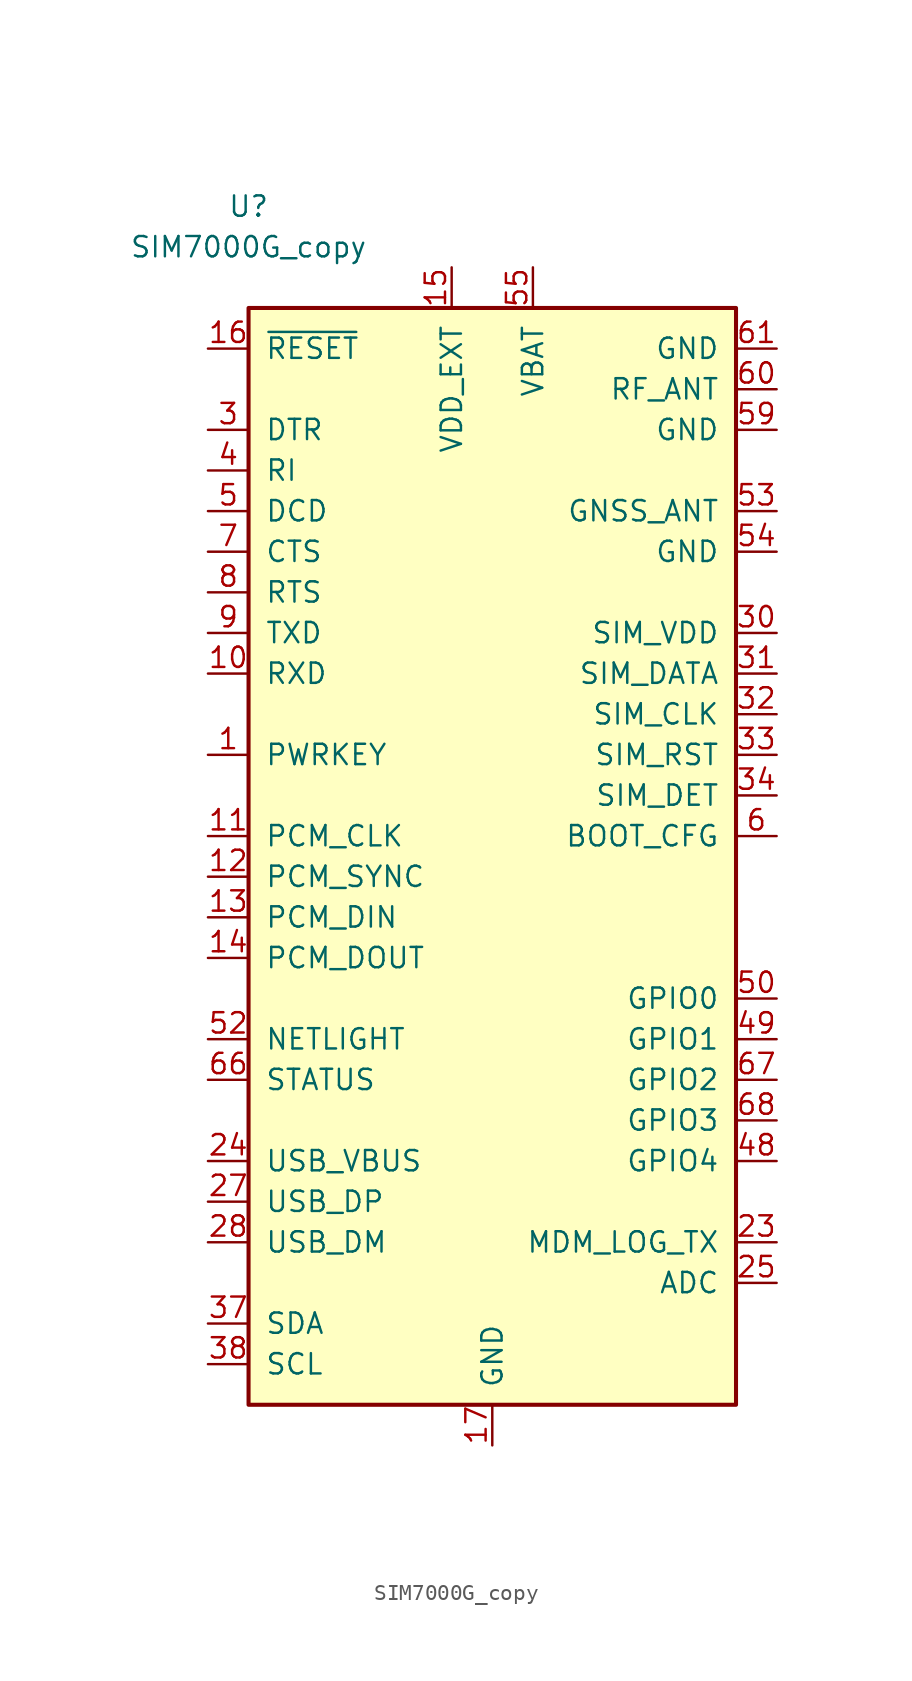
<source format=kicad_sym>
(kicad_symbol_lib
  (version 20201005)
  (generator kicad_symbol_editor)
  (symbol "SIM7000G_copy"
    (pin_names
      (offset 1.016))
    (property "Reference" "U"
      (at -15.24 44.45 0)
      (effects (font (size 1.27 1.27))))
    (property "Value" "SIM7000G_copy"
      (at -15.24 41.91 0)
      (effects (font (size 1.27 1.27))))
    (symbol "SIM7000G_copy_1_1"
      (rectangle (start -15.24 38.1) (end 15.24 -30.48) (stroke (width 0.254)) (fill (type background)))
      (pin input line (at -17.78 10.16 0) (length 2.54) (name "PWRKEY" (effects (font (size 1.27 1.27)))) (number "1" (effects (font (size 1.27 1.27)))))
      (pin input line (at -17.78 15.24 0) (length 2.54) (name "RXD" (effects (font (size 1.27 1.27)))) (number "10" (effects (font (size 1.27 1.27)))))
      (pin output line (at -17.78 5.08 0) (length 2.54) (name "PCM_CLK" (effects (font (size 1.27 1.27)))) (number "11" (effects (font (size 1.27 1.27)))))
      (pin output line (at -17.78 2.54 0) (length 2.54) (name "PCM_SYNC" (effects (font (size 1.27 1.27)))) (number "12" (effects (font (size 1.27 1.27)))))
      (pin input line (at -17.78 0 0) (length 2.54) (name "PCM_DIN" (effects (font (size 1.27 1.27)))) (number "13" (effects (font (size 1.27 1.27)))))
      (pin output line (at -17.78 -2.54 0) (length 2.54) (name "PCM_DOUT" (effects (font (size 1.27 1.27)))) (number "14" (effects (font (size 1.27 1.27)))))
      (pin power_out line (at -2.54 40.64 270) (length 2.54) (name "VDD_EXT" (effects (font (size 1.27 1.27)))) (number "15" (effects (font (size 1.27 1.27)))))
      (pin input line (at -17.78 35.56 0) (length 2.54) (name "~RESET~" (effects (font (size 1.27 1.27)))) (number "16" (effects (font (size 1.27 1.27)))))
      (pin power_in line (at 0 -33.02 90) (length 2.54) (name "GND" (effects (font (size 1.27 1.27)))) (number "17" (effects (font (size 1.27 1.27)))))
      (pin passive line (at 0 -33.02 90) (length 2.54) hide (name "GND" (effects (font (size 1.27 1.27)))) (number "18" (effects (font (size 1.27 1.27)))))
      (pin no_connect line (at 17.78 0 180) (length 2.54) hide (name "NC" (effects (font (size 1.27 1.27)))) (number "19" (effects (font (size 1.27 1.27)))))
      (pin power_in line (at 0 -33.02 90) (length 2.54) hide (name "GND" (effects (font (size 1.27 1.27)))) (number "2" (effects (font (size 1.27 1.27)))))
      (pin no_connect line (at 17.78 0 180) (length 2.54) hide (name "NC" (effects (font (size 1.27 1.27)))) (number "20" (effects (font (size 1.27 1.27)))))
      (pin no_connect line (at 17.78 0 180) (length 2.54) hide (name "NC" (effects (font (size 1.27 1.27)))) (number "21" (effects (font (size 1.27 1.27)))))
      (pin no_connect line (at 17.78 0 180) (length 2.54) hide (name "NC" (effects (font (size 1.27 1.27)))) (number "22" (effects (font (size 1.27 1.27)))))
      (pin output line (at 17.78 -20.32 180) (length 2.54) (name "MDM_LOG_TX" (effects (font (size 1.27 1.27)))) (number "23" (effects (font (size 1.27 1.27)))))
      (pin power_in line (at -17.78 -15.24 0) (length 2.54) (name "USB_VBUS" (effects (font (size 1.27 1.27)))) (number "24" (effects (font (size 1.27 1.27)))))
      (pin input line (at 17.78 -22.86 180) (length 2.54) (name "ADC" (effects (font (size 1.27 1.27)))) (number "25" (effects (font (size 1.27 1.27)))))
      (pin no_connect line (at 17.78 0 180) (length 2.54) hide (name "NC" (effects (font (size 1.27 1.27)))) (number "26" (effects (font (size 1.27 1.27)))))
      (pin bidirectional line (at -17.78 -17.78 0) (length 2.54) (name "USB_DP" (effects (font (size 1.27 1.27)))) (number "27" (effects (font (size 1.27 1.27)))))
      (pin bidirectional line (at -17.78 -20.32 0) (length 2.54) (name "USB_DM" (effects (font (size 1.27 1.27)))) (number "28" (effects (font (size 1.27 1.27)))))
      (pin passive line (at 0 -33.02 90) (length 2.54) hide (name "GND" (effects (font (size 1.27 1.27)))) (number "29" (effects (font (size 1.27 1.27)))))
      (pin input line (at -17.78 30.48 0) (length 2.54) (name "DTR" (effects (font (size 1.27 1.27)))) (number "3" (effects (font (size 1.27 1.27)))))
      (pin power_out line (at 17.78 17.78 180) (length 2.54) (name "SIM_VDD" (effects (font (size 1.27 1.27)))) (number "30" (effects (font (size 1.27 1.27)))))
      (pin bidirectional line (at 17.78 15.24 180) (length 2.54) (name "SIM_DATA" (effects (font (size 1.27 1.27)))) (number "31" (effects (font (size 1.27 1.27)))))
      (pin output line (at 17.78 12.7 180) (length 2.54) (name "SIM_CLK" (effects (font (size 1.27 1.27)))) (number "32" (effects (font (size 1.27 1.27)))))
      (pin output line (at 17.78 10.16 180) (length 2.54) (name "SIM_RST" (effects (font (size 1.27 1.27)))) (number "33" (effects (font (size 1.27 1.27)))))
      (pin input line (at 17.78 7.62 180) (length 2.54) (name "SIM_DET" (effects (font (size 1.27 1.27)))) (number "34" (effects (font (size 1.27 1.27)))))
      (pin no_connect line (at 17.78 0 180) (length 2.54) hide (name "NC" (effects (font (size 1.27 1.27)))) (number "35" (effects (font (size 1.27 1.27)))))
      (pin no_connect line (at 17.78 0 180) (length 2.54) hide (name "NC" (effects (font (size 1.27 1.27)))) (number "36" (effects (font (size 1.27 1.27)))))
      (pin bidirectional line (at -17.78 -25.4 0) (length 2.54) (name "SDA" (effects (font (size 1.27 1.27)))) (number "37" (effects (font (size 1.27 1.27)))))
      (pin output line (at -17.78 -27.94 0) (length 2.54) (name "SCL" (effects (font (size 1.27 1.27)))) (number "38" (effects (font (size 1.27 1.27)))))
      (pin passive line (at 0 -33.02 90) (length 2.54) hide (name "GND" (effects (font (size 1.27 1.27)))) (number "39" (effects (font (size 1.27 1.27)))))
      (pin output line (at -17.78 27.94 0) (length 2.54) (name "RI" (effects (font (size 1.27 1.27)))) (number "4" (effects (font (size 1.27 1.27)))))
      (pin no_connect line (at 17.78 0 180) (length 2.54) hide (name "NC" (effects (font (size 1.27 1.27)))) (number "40" (effects (font (size 1.27 1.27)))))
      (pin no_connect line (at 17.78 0 180) (length 2.54) hide (name "NC" (effects (font (size 1.27 1.27)))) (number "41" (effects (font (size 1.27 1.27)))))
      (pin no_connect line (at 17.78 0 180) (length 2.54) hide (name "NC" (effects (font (size 1.27 1.27)))) (number "42" (effects (font (size 1.27 1.27)))))
      (pin no_connect line (at 17.78 0 180) (length 2.54) hide (name "NC" (effects (font (size 1.27 1.27)))) (number "43" (effects (font (size 1.27 1.27)))))
      (pin no_connect line (at 17.78 0 180) (length 2.54) hide (name "NC" (effects (font (size 1.27 1.27)))) (number "44" (effects (font (size 1.27 1.27)))))
      (pin passive line (at 0 -33.02 90) (length 2.54) hide (name "GND" (effects (font (size 1.27 1.27)))) (number "45" (effects (font (size 1.27 1.27)))))
      (pin passive line (at 0 -33.02 90) (length 2.54) hide (name "GND" (effects (font (size 1.27 1.27)))) (number "46" (effects (font (size 1.27 1.27)))))
      (pin no_connect line (at 17.78 0 180) (length 2.54) hide (name "NC" (effects (font (size 1.27 1.27)))) (number "47" (effects (font (size 1.27 1.27)))))
      (pin bidirectional line (at 17.78 -15.24 180) (length 2.54) (name "GPIO4" (effects (font (size 1.27 1.27)))) (number "48" (effects (font (size 1.27 1.27)))))
      (pin bidirectional line (at 17.78 -7.62 180) (length 2.54) (name "GPIO1" (effects (font (size 1.27 1.27)))) (number "49" (effects (font (size 1.27 1.27)))))
      (pin output line (at -17.78 25.4 0) (length 2.54) (name "DCD" (effects (font (size 1.27 1.27)))) (number "5" (effects (font (size 1.27 1.27)))))
      (pin bidirectional line (at 17.78 -5.08 180) (length 2.54) (name "GPIO0" (effects (font (size 1.27 1.27)))) (number "50" (effects (font (size 1.27 1.27)))))
      (pin no_connect line (at 17.78 0 180) (length 2.54) hide (name "NC" (effects (font (size 1.27 1.27)))) (number "51" (effects (font (size 1.27 1.27)))))
      (pin output line (at -17.78 -7.62 0) (length 2.54) (name "NETLIGHT" (effects (font (size 1.27 1.27)))) (number "52" (effects (font (size 1.27 1.27)))))
      (pin bidirectional line (at 17.78 25.4 180) (length 2.54) (name "GNSS_ANT" (effects (font (size 1.27 1.27)))) (number "53" (effects (font (size 1.27 1.27)))))
      (pin passive line (at 17.78 22.86 180) (length 2.54) (name "GND" (effects (font (size 1.27 1.27)))) (number "54" (effects (font (size 1.27 1.27)))))
      (pin power_in line (at 2.54 40.64 270) (length 2.54) (name "VBAT" (effects (font (size 1.27 1.27)))) (number "55" (effects (font (size 1.27 1.27)))))
      (pin passive line (at 2.54 40.64 270) (length 2.54) hide (name "VBAT" (effects (font (size 1.27 1.27)))) (number "56" (effects (font (size 1.27 1.27)))))
      (pin passive line (at 2.54 40.64 270) (length 2.54) hide (name "VBAT" (effects (font (size 1.27 1.27)))) (number "57" (effects (font (size 1.27 1.27)))))
      (pin passive line (at 0 -33.02 90) (length 2.54) hide (name "GND" (effects (font (size 1.27 1.27)))) (number "58" (effects (font (size 1.27 1.27)))))
      (pin passive line (at 17.78 30.48 180) (length 2.54) (name "GND" (effects (font (size 1.27 1.27)))) (number "59" (effects (font (size 1.27 1.27)))))
      (pin input line (at 17.78 5.08 180) (length 2.54) (name "BOOT_CFG" (effects (font (size 1.27 1.27)))) (number "6" (effects (font (size 1.27 1.27)))))
      (pin passive line (at 17.78 33.02 180) (length 2.54) (name "RF_ANT" (effects (font (size 1.27 1.27)))) (number "60" (effects (font (size 1.27 1.27)))))
      (pin passive line (at 17.78 35.56 180) (length 2.54) (name "GND" (effects (font (size 1.27 1.27)))) (number "61" (effects (font (size 1.27 1.27)))))
      (pin passive line (at 0 -33.02 90) (length 2.54) hide (name "GND" (effects (font (size 1.27 1.27)))) (number "62" (effects (font (size 1.27 1.27)))))
      (pin passive line (at 0 -33.02 90) (length 2.54) hide (name "GND" (effects (font (size 1.27 1.27)))) (number "63" (effects (font (size 1.27 1.27)))))
      (pin passive line (at 0 -33.02 90) (length 2.54) hide (name "GND" (effects (font (size 1.27 1.27)))) (number "64" (effects (font (size 1.27 1.27)))))
      (pin passive line (at 0 -33.02 90) (length 2.54) hide (name "GND" (effects (font (size 1.27 1.27)))) (number "65" (effects (font (size 1.27 1.27)))))
      (pin output line (at -17.78 -10.16 0) (length 2.54) (name "STATUS" (effects (font (size 1.27 1.27)))) (number "66" (effects (font (size 1.27 1.27)))))
      (pin bidirectional line (at 17.78 -10.16 180) (length 2.54) (name "GPIO2" (effects (font (size 1.27 1.27)))) (number "67" (effects (font (size 1.27 1.27)))))
      (pin bidirectional line (at 17.78 -12.7 180) (length 2.54) (name "GPIO3" (effects (font (size 1.27 1.27)))) (number "68" (effects (font (size 1.27 1.27)))))
      (pin output line (at -17.78 22.86 0) (length 2.54) (name "CTS" (effects (font (size 1.27 1.27)))) (number "7" (effects (font (size 1.27 1.27)))))
      (pin input line (at -17.78 20.32 0) (length 2.54) (name "RTS" (effects (font (size 1.27 1.27)))) (number "8" (effects (font (size 1.27 1.27)))))
      (pin output line (at -17.78 17.78 0) (length 2.54) (name "TXD" (effects (font (size 1.27 1.27)))) (number "9" (effects (font (size 1.27 1.27))))))))
</source>
